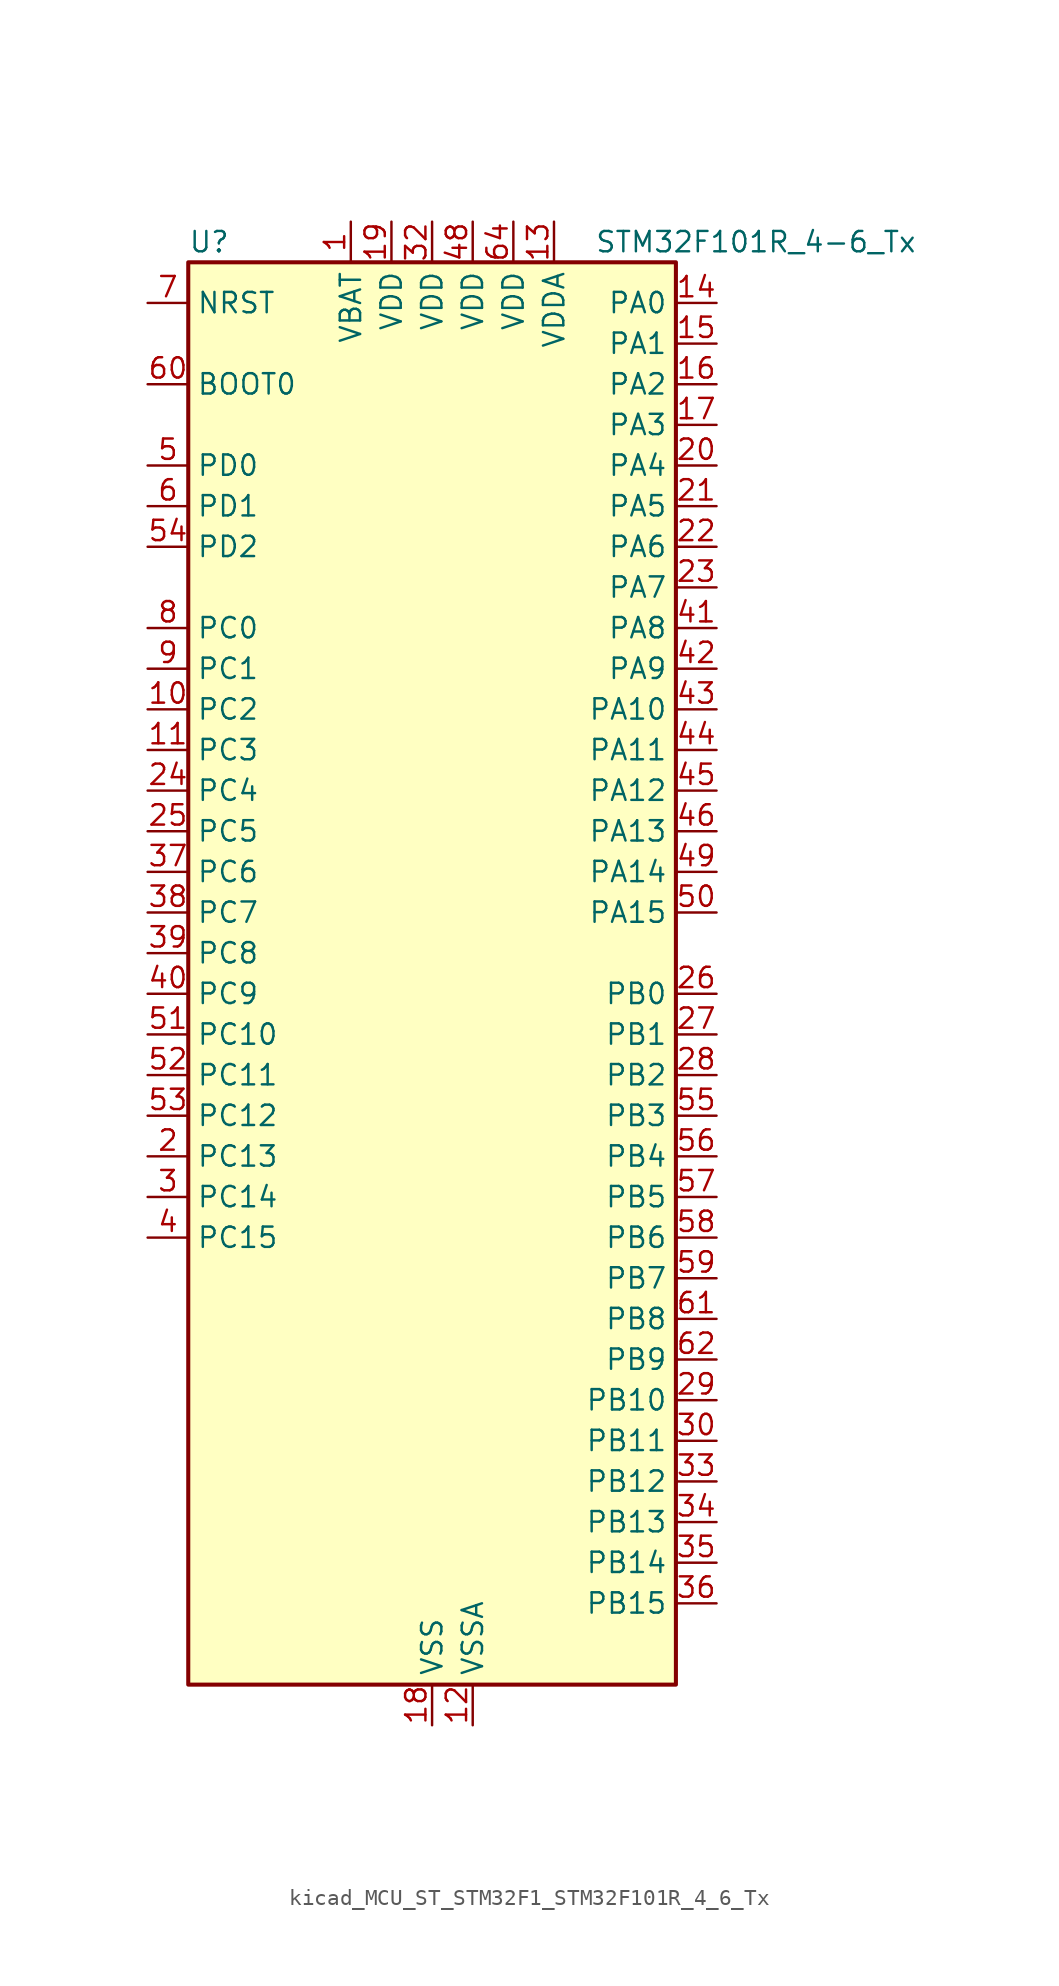
<source format=kicad_sym>
(kicad_symbol_lib
  (version 20220914)
  (generator kicad_symbol_editor)
  (symbol "kicad_MCU_ST_STM32F1_STM32F101R_4_6_Tx"
    (property "Reference" "U"
      (at -15.24 46.99 0)
      (effects (font (size 1.27 1.27)) (justify left)))
    (property "Value" "STM32F101R_4-6_Tx"
      (at 10.16 46.99 0)
      (effects (font (size 1.27 1.27)) (justify left)))
    (property "ki_locked" ""
      (at 0 0 0)
      (effects (font (size 1.27 1.27))))
    (symbol "kicad_MCU_ST_STM32F1_STM32F101R_4_6_Tx_0_1"
      (rectangle (start -15.24 -43.18) (end 15.24 45.72) (stroke (width 0.254) (type default)) (fill (type background))))
    (symbol "kicad_MCU_ST_STM32F1_STM32F101R_4_6_Tx_1_1"
      (pin power_in line (at -5.08 48.26 270) (length 2.54) (name "VBAT" (effects (font (size 1.27 1.27)))) (number "1" (effects (font (size 1.27 1.27)))))
      (pin bidirectional line (at -17.78 17.78 0) (length 2.54) (name "PC2" (effects (font (size 1.27 1.27)))) (number "10" (effects (font (size 1.27 1.27)))) (alternate "ADC1_IN12" bidirectional line))
      (pin bidirectional line (at -17.78 15.24 0) (length 2.54) (name "PC3" (effects (font (size 1.27 1.27)))) (number "11" (effects (font (size 1.27 1.27)))) (alternate "ADC1_IN13" bidirectional line))
      (pin power_in line (at 2.54 -45.72 90) (length 2.54) (name "VSSA" (effects (font (size 1.27 1.27)))) (number "12" (effects (font (size 1.27 1.27)))))
      (pin power_in line (at 7.62 48.26 270) (length 2.54) (name "VDDA" (effects (font (size 1.27 1.27)))) (number "13" (effects (font (size 1.27 1.27)))))
      (pin bidirectional line (at 17.78 43.18 180) (length 2.54) (name "PA0" (effects (font (size 1.27 1.27)))) (number "14" (effects (font (size 1.27 1.27)))) (alternate "ADC1_IN0" bidirectional line) (alternate "SYS_WKUP" bidirectional line) (alternate "TIM2_CH1" bidirectional line) (alternate "TIM2_ETR" bidirectional line) (alternate "USART2_CTS" bidirectional line))
      (pin bidirectional line (at 17.78 40.64 180) (length 2.54) (name "PA1" (effects (font (size 1.27 1.27)))) (number "15" (effects (font (size 1.27 1.27)))) (alternate "ADC1_IN1" bidirectional line) (alternate "TIM2_CH2" bidirectional line) (alternate "USART2_RTS" bidirectional line))
      (pin bidirectional line (at 17.78 38.1 180) (length 2.54) (name "PA2" (effects (font (size 1.27 1.27)))) (number "16" (effects (font (size 1.27 1.27)))) (alternate "ADC1_IN2" bidirectional line) (alternate "TIM2_CH3" bidirectional line) (alternate "USART2_TX" bidirectional line))
      (pin bidirectional line (at 17.78 35.56 180) (length 2.54) (name "PA3" (effects (font (size 1.27 1.27)))) (number "17" (effects (font (size 1.27 1.27)))) (alternate "ADC1_IN3" bidirectional line) (alternate "TIM2_CH4" bidirectional line) (alternate "USART2_RX" bidirectional line))
      (pin power_in line (at 0 -45.72 90) (length 2.54) (name "VSS" (effects (font (size 1.27 1.27)))) (number "18" (effects (font (size 1.27 1.27)))))
      (pin power_in line (at -2.54 48.26 270) (length 2.54) (name "VDD" (effects (font (size 1.27 1.27)))) (number "19" (effects (font (size 1.27 1.27)))))
      (pin bidirectional line (at -17.78 -10.16 0) (length 2.54) (name "PC13" (effects (font (size 1.27 1.27)))) (number "2" (effects (font (size 1.27 1.27)))) (alternate "RTC_OUT" bidirectional line) (alternate "RTC_TAMPER" bidirectional line))
      (pin bidirectional line (at 17.78 33.02 180) (length 2.54) (name "PA4" (effects (font (size 1.27 1.27)))) (number "20" (effects (font (size 1.27 1.27)))) (alternate "ADC1_IN4" bidirectional line) (alternate "SPI1_NSS" bidirectional line) (alternate "USART2_CK" bidirectional line))
      (pin bidirectional line (at 17.78 30.48 180) (length 2.54) (name "PA5" (effects (font (size 1.27 1.27)))) (number "21" (effects (font (size 1.27 1.27)))) (alternate "ADC1_IN5" bidirectional line) (alternate "SPI1_SCK" bidirectional line))
      (pin bidirectional line (at 17.78 27.94 180) (length 2.54) (name "PA6" (effects (font (size 1.27 1.27)))) (number "22" (effects (font (size 1.27 1.27)))) (alternate "ADC1_IN6" bidirectional line) (alternate "SPI1_MISO" bidirectional line) (alternate "TIM3_CH1" bidirectional line))
      (pin bidirectional line (at 17.78 25.4 180) (length 2.54) (name "PA7" (effects (font (size 1.27 1.27)))) (number "23" (effects (font (size 1.27 1.27)))) (alternate "ADC1_IN7" bidirectional line) (alternate "SPI1_MOSI" bidirectional line) (alternate "TIM3_CH2" bidirectional line))
      (pin bidirectional line (at -17.78 12.7 0) (length 2.54) (name "PC4" (effects (font (size 1.27 1.27)))) (number "24" (effects (font (size 1.27 1.27)))) (alternate "ADC1_IN14" bidirectional line))
      (pin bidirectional line (at -17.78 10.16 0) (length 2.54) (name "PC5" (effects (font (size 1.27 1.27)))) (number "25" (effects (font (size 1.27 1.27)))) (alternate "ADC1_IN15" bidirectional line))
      (pin bidirectional line (at 17.78 0 180) (length 2.54) (name "PB0" (effects (font (size 1.27 1.27)))) (number "26" (effects (font (size 1.27 1.27)))) (alternate "ADC1_IN8" bidirectional line) (alternate "TIM3_CH3" bidirectional line))
      (pin bidirectional line (at 17.78 -2.54 180) (length 2.54) (name "PB1" (effects (font (size 1.27 1.27)))) (number "27" (effects (font (size 1.27 1.27)))) (alternate "ADC1_IN9" bidirectional line) (alternate "TIM3_CH4" bidirectional line))
      (pin bidirectional line (at 17.78 -5.08 180) (length 2.54) (name "PB2" (effects (font (size 1.27 1.27)))) (number "28" (effects (font (size 1.27 1.27)))))
      (pin bidirectional line (at 17.78 -25.4 180) (length 2.54) (name "PB10" (effects (font (size 1.27 1.27)))) (number "29" (effects (font (size 1.27 1.27)))) (alternate "TIM2_CH3" bidirectional line))
      (pin bidirectional line (at -17.78 -12.7 0) (length 2.54) (name "PC14" (effects (font (size 1.27 1.27)))) (number "3" (effects (font (size 1.27 1.27)))) (alternate "RCC_OSC32_IN" bidirectional line))
      (pin bidirectional line (at 17.78 -27.94 180) (length 2.54) (name "PB11" (effects (font (size 1.27 1.27)))) (number "30" (effects (font (size 1.27 1.27)))) (alternate "ADC1_EXTI11" bidirectional line) (alternate "TIM2_CH4" bidirectional line))
      (pin passive line (at 0 -45.72 90) (length 2.54) hide (name "VSS" (effects (font (size 1.27 1.27)))) (number "31" (effects (font (size 1.27 1.27)))))
      (pin power_in line (at 0 48.26 270) (length 2.54) (name "VDD" (effects (font (size 1.27 1.27)))) (number "32" (effects (font (size 1.27 1.27)))))
      (pin bidirectional line (at 17.78 -30.48 180) (length 2.54) (name "PB12" (effects (font (size 1.27 1.27)))) (number "33" (effects (font (size 1.27 1.27)))))
      (pin bidirectional line (at 17.78 -33.02 180) (length 2.54) (name "PB13" (effects (font (size 1.27 1.27)))) (number "34" (effects (font (size 1.27 1.27)))))
      (pin bidirectional line (at 17.78 -35.56 180) (length 2.54) (name "PB14" (effects (font (size 1.27 1.27)))) (number "35" (effects (font (size 1.27 1.27)))))
      (pin bidirectional line (at 17.78 -38.1 180) (length 2.54) (name "PB15" (effects (font (size 1.27 1.27)))) (number "36" (effects (font (size 1.27 1.27)))) (alternate "ADC1_EXTI15" bidirectional line))
      (pin bidirectional line (at -17.78 7.62 0) (length 2.54) (name "PC6" (effects (font (size 1.27 1.27)))) (number "37" (effects (font (size 1.27 1.27)))) (alternate "TIM3_CH1" bidirectional line))
      (pin bidirectional line (at -17.78 5.08 0) (length 2.54) (name "PC7" (effects (font (size 1.27 1.27)))) (number "38" (effects (font (size 1.27 1.27)))) (alternate "TIM3_CH2" bidirectional line))
      (pin bidirectional line (at -17.78 2.54 0) (length 2.54) (name "PC8" (effects (font (size 1.27 1.27)))) (number "39" (effects (font (size 1.27 1.27)))) (alternate "TIM3_CH3" bidirectional line))
      (pin bidirectional line (at -17.78 -15.24 0) (length 2.54) (name "PC15" (effects (font (size 1.27 1.27)))) (number "4" (effects (font (size 1.27 1.27)))) (alternate "ADC1_EXTI15" bidirectional line) (alternate "RCC_OSC32_OUT" bidirectional line))
      (pin bidirectional line (at -17.78 0 0) (length 2.54) (name "PC9" (effects (font (size 1.27 1.27)))) (number "40" (effects (font (size 1.27 1.27)))) (alternate "TIM3_CH4" bidirectional line))
      (pin bidirectional line (at 17.78 22.86 180) (length 2.54) (name "PA8" (effects (font (size 1.27 1.27)))) (number "41" (effects (font (size 1.27 1.27)))) (alternate "RCC_MCO" bidirectional line) (alternate "USART1_CK" bidirectional line))
      (pin bidirectional line (at 17.78 20.32 180) (length 2.54) (name "PA9" (effects (font (size 1.27 1.27)))) (number "42" (effects (font (size 1.27 1.27)))) (alternate "USART1_TX" bidirectional line))
      (pin bidirectional line (at 17.78 17.78 180) (length 2.54) (name "PA10" (effects (font (size 1.27 1.27)))) (number "43" (effects (font (size 1.27 1.27)))) (alternate "USART1_RX" bidirectional line))
      (pin bidirectional line (at 17.78 15.24 180) (length 2.54) (name "PA11" (effects (font (size 1.27 1.27)))) (number "44" (effects (font (size 1.27 1.27)))) (alternate "ADC1_EXTI11" bidirectional line) (alternate "USART1_CTS" bidirectional line))
      (pin bidirectional line (at 17.78 12.7 180) (length 2.54) (name "PA12" (effects (font (size 1.27 1.27)))) (number "45" (effects (font (size 1.27 1.27)))) (alternate "USART1_RTS" bidirectional line))
      (pin bidirectional line (at 17.78 10.16 180) (length 2.54) (name "PA13" (effects (font (size 1.27 1.27)))) (number "46" (effects (font (size 1.27 1.27)))) (alternate "SYS_JTMS-SWDIO" bidirectional line))
      (pin passive line (at 0 -45.72 90) (length 2.54) hide (name "VSS" (effects (font (size 1.27 1.27)))) (number "47" (effects (font (size 1.27 1.27)))))
      (pin power_in line (at 2.54 48.26 270) (length 2.54) (name "VDD" (effects (font (size 1.27 1.27)))) (number "48" (effects (font (size 1.27 1.27)))))
      (pin bidirectional line (at 17.78 7.62 180) (length 2.54) (name "PA14" (effects (font (size 1.27 1.27)))) (number "49" (effects (font (size 1.27 1.27)))) (alternate "SYS_JTCK-SWCLK" bidirectional line))
      (pin bidirectional line (at -17.78 33.02 0) (length 2.54) (name "PD0" (effects (font (size 1.27 1.27)))) (number "5" (effects (font (size 1.27 1.27)))) (alternate "RCC_OSC_IN" bidirectional line))
      (pin bidirectional line (at 17.78 5.08 180) (length 2.54) (name "PA15" (effects (font (size 1.27 1.27)))) (number "50" (effects (font (size 1.27 1.27)))) (alternate "ADC1_EXTI15" bidirectional line) (alternate "SPI1_NSS" bidirectional line) (alternate "SYS_JTDI" bidirectional line) (alternate "TIM2_CH1" bidirectional line) (alternate "TIM2_ETR" bidirectional line))
      (pin bidirectional line (at -17.78 -2.54 0) (length 2.54) (name "PC10" (effects (font (size 1.27 1.27)))) (number "51" (effects (font (size 1.27 1.27)))))
      (pin bidirectional line (at -17.78 -5.08 0) (length 2.54) (name "PC11" (effects (font (size 1.27 1.27)))) (number "52" (effects (font (size 1.27 1.27)))) (alternate "ADC1_EXTI11" bidirectional line))
      (pin bidirectional line (at -17.78 -7.62 0) (length 2.54) (name "PC12" (effects (font (size 1.27 1.27)))) (number "53" (effects (font (size 1.27 1.27)))))
      (pin bidirectional line (at -17.78 27.94 0) (length 2.54) (name "PD2" (effects (font (size 1.27 1.27)))) (number "54" (effects (font (size 1.27 1.27)))) (alternate "TIM3_ETR" bidirectional line))
      (pin bidirectional line (at 17.78 -7.62 180) (length 2.54) (name "PB3" (effects (font (size 1.27 1.27)))) (number "55" (effects (font (size 1.27 1.27)))) (alternate "SPI1_SCK" bidirectional line) (alternate "SYS_JTDO-TRACESWO" bidirectional line) (alternate "TIM2_CH2" bidirectional line))
      (pin bidirectional line (at 17.78 -10.16 180) (length 2.54) (name "PB4" (effects (font (size 1.27 1.27)))) (number "56" (effects (font (size 1.27 1.27)))) (alternate "SPI1_MISO" bidirectional line) (alternate "SYS_NJTRST" bidirectional line) (alternate "TIM3_CH1" bidirectional line))
      (pin bidirectional line (at 17.78 -12.7 180) (length 2.54) (name "PB5" (effects (font (size 1.27 1.27)))) (number "57" (effects (font (size 1.27 1.27)))) (alternate "I2C1_SMBA" bidirectional line) (alternate "SPI1_MOSI" bidirectional line) (alternate "TIM3_CH2" bidirectional line))
      (pin bidirectional line (at 17.78 -15.24 180) (length 2.54) (name "PB6" (effects (font (size 1.27 1.27)))) (number "58" (effects (font (size 1.27 1.27)))) (alternate "I2C1_SCL" bidirectional line) (alternate "USART1_TX" bidirectional line))
      (pin bidirectional line (at 17.78 -17.78 180) (length 2.54) (name "PB7" (effects (font (size 1.27 1.27)))) (number "59" (effects (font (size 1.27 1.27)))) (alternate "I2C1_SDA" bidirectional line) (alternate "USART1_RX" bidirectional line))
      (pin bidirectional line (at -17.78 30.48 0) (length 2.54) (name "PD1" (effects (font (size 1.27 1.27)))) (number "6" (effects (font (size 1.27 1.27)))) (alternate "RCC_OSC_OUT" bidirectional line))
      (pin input line (at -17.78 38.1 0) (length 2.54) (name "BOOT0" (effects (font (size 1.27 1.27)))) (number "60" (effects (font (size 1.27 1.27)))))
      (pin bidirectional line (at 17.78 -20.32 180) (length 2.54) (name "PB8" (effects (font (size 1.27 1.27)))) (number "61" (effects (font (size 1.27 1.27)))) (alternate "I2C1_SCL" bidirectional line))
      (pin bidirectional line (at 17.78 -22.86 180) (length 2.54) (name "PB9" (effects (font (size 1.27 1.27)))) (number "62" (effects (font (size 1.27 1.27)))) (alternate "I2C1_SDA" bidirectional line))
      (pin passive line (at 0 -45.72 90) (length 2.54) hide (name "VSS" (effects (font (size 1.27 1.27)))) (number "63" (effects (font (size 1.27 1.27)))))
      (pin power_in line (at 5.08 48.26 270) (length 2.54) (name "VDD" (effects (font (size 1.27 1.27)))) (number "64" (effects (font (size 1.27 1.27)))))
      (pin input line (at -17.78 43.18 0) (length 2.54) (name "NRST" (effects (font (size 1.27 1.27)))) (number "7" (effects (font (size 1.27 1.27)))))
      (pin bidirectional line (at -17.78 22.86 0) (length 2.54) (name "PC0" (effects (font (size 1.27 1.27)))) (number "8" (effects (font (size 1.27 1.27)))) (alternate "ADC1_IN10" bidirectional line))
      (pin bidirectional line (at -17.78 20.32 0) (length 2.54) (name "PC1" (effects (font (size 1.27 1.27)))) (number "9" (effects (font (size 1.27 1.27)))) (alternate "ADC1_IN11" bidirectional line)))))
</source>
